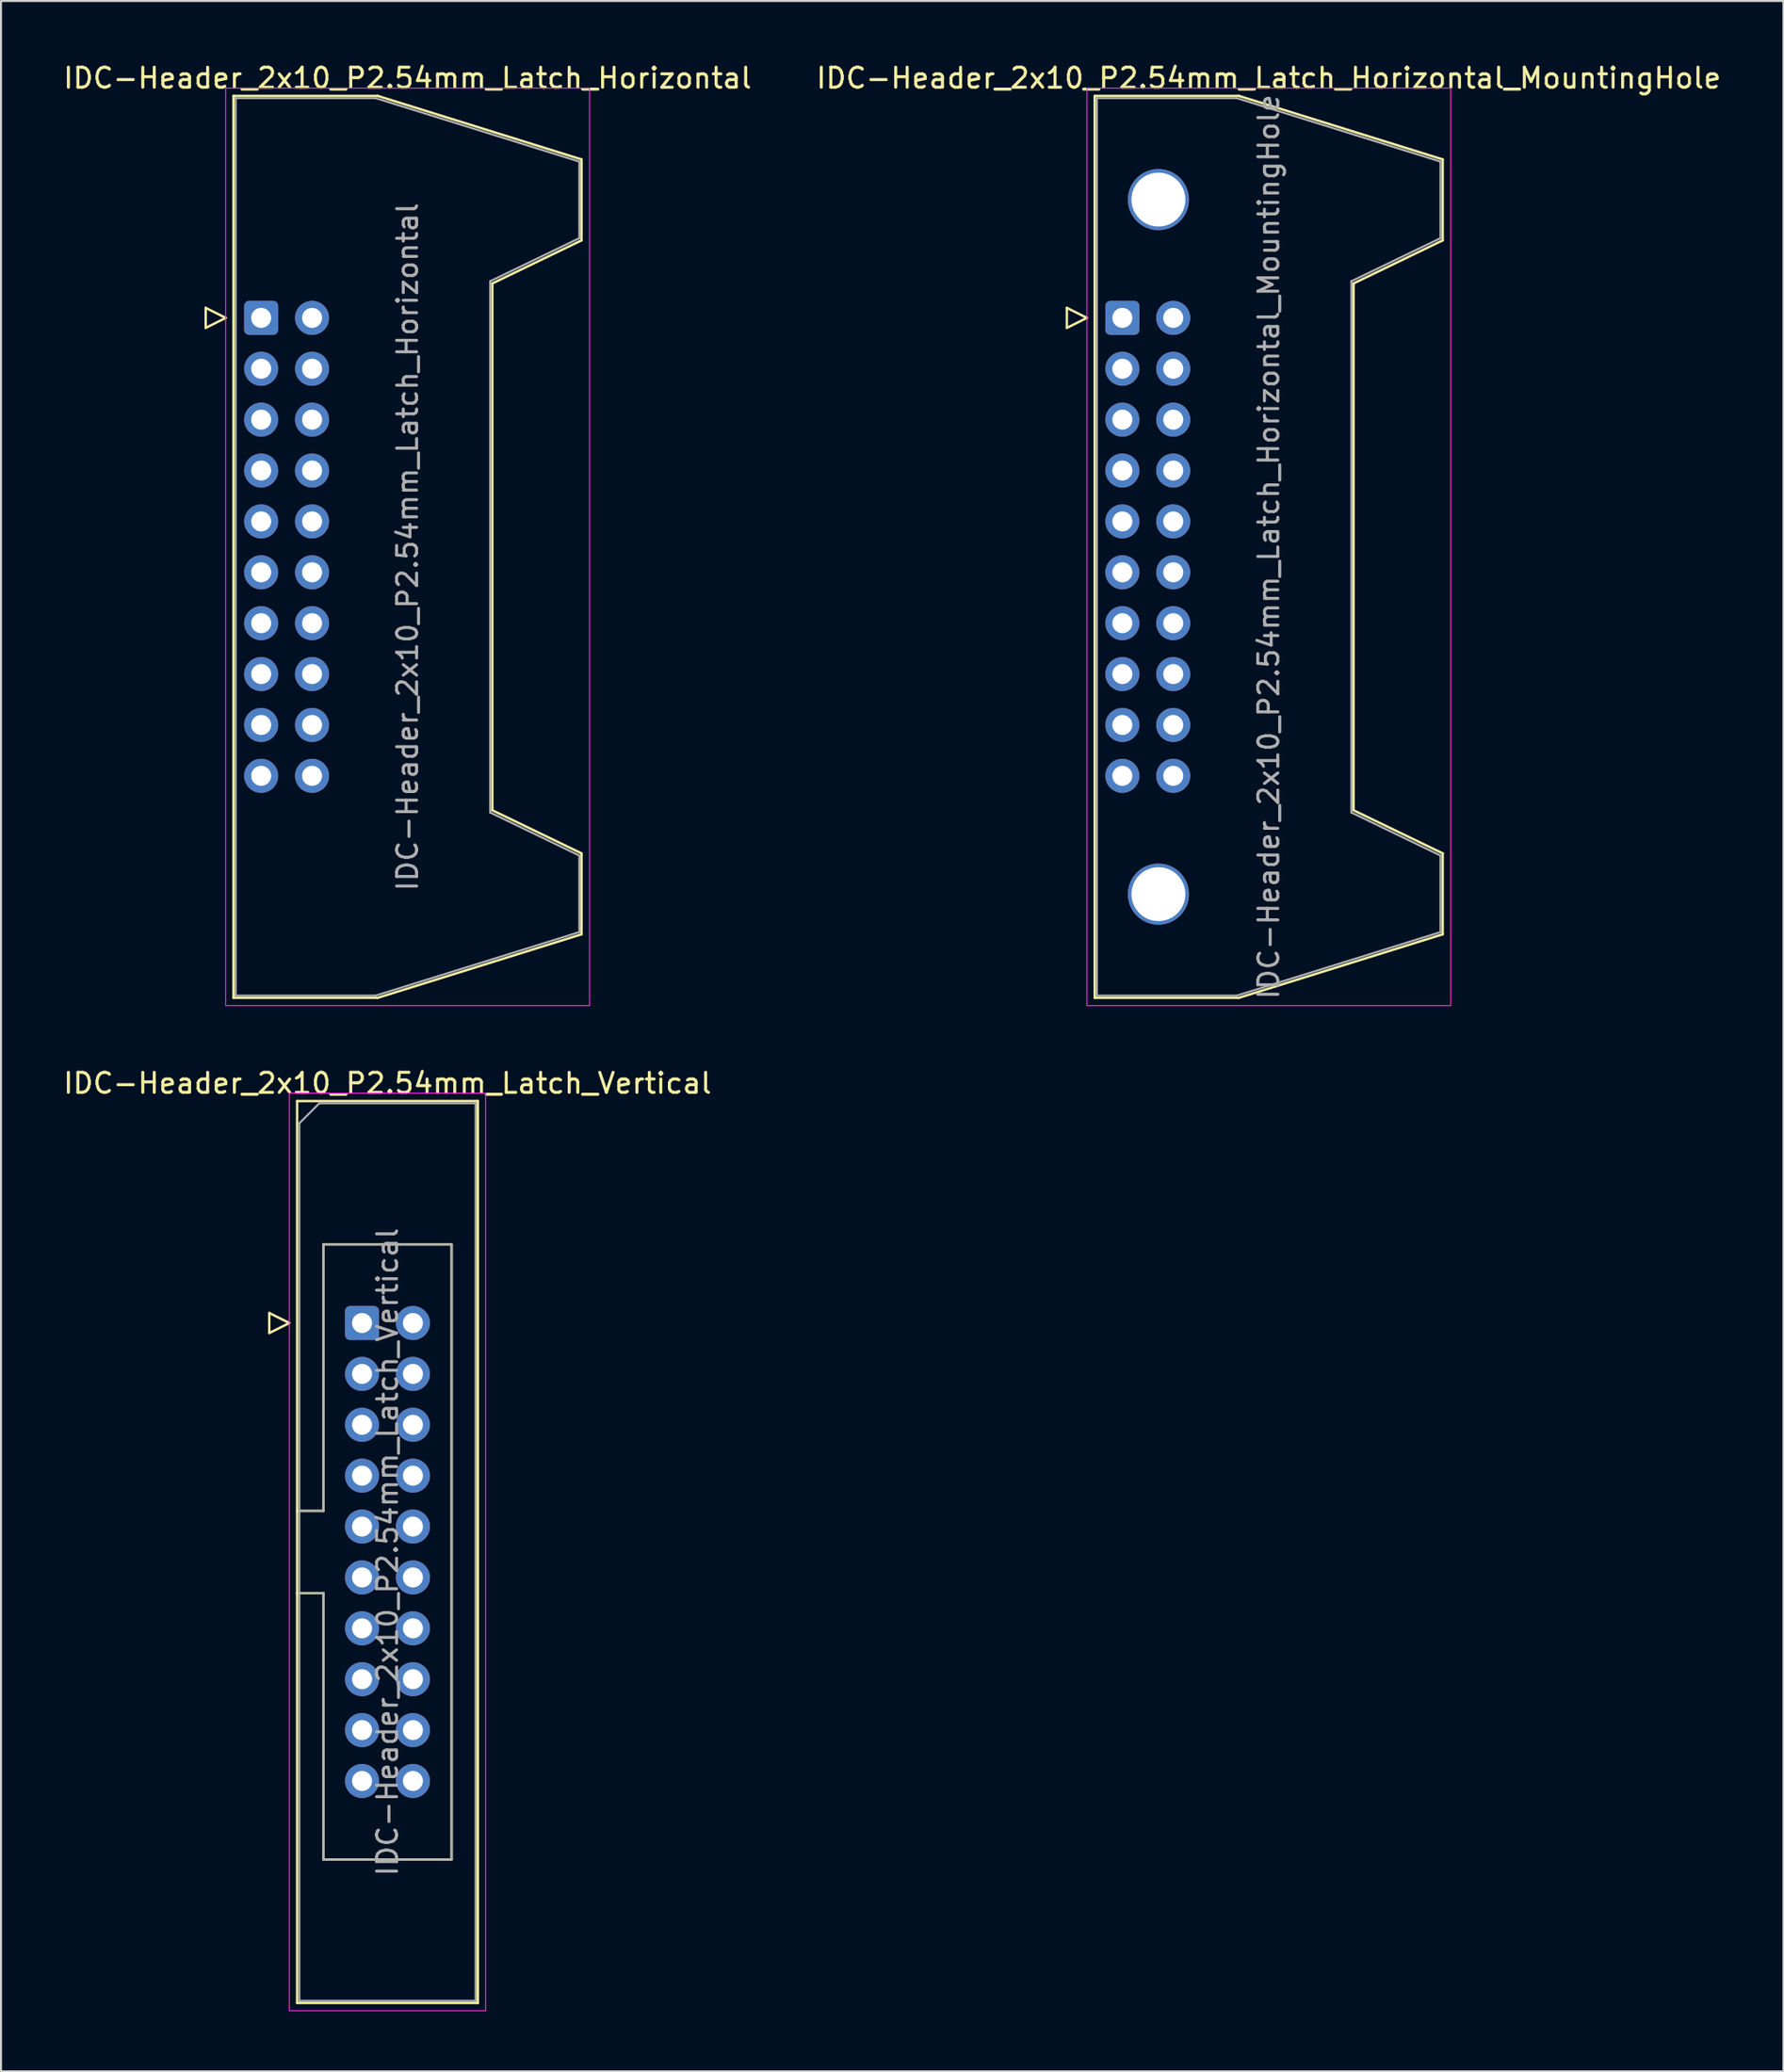
<source format=kicad_pcb>
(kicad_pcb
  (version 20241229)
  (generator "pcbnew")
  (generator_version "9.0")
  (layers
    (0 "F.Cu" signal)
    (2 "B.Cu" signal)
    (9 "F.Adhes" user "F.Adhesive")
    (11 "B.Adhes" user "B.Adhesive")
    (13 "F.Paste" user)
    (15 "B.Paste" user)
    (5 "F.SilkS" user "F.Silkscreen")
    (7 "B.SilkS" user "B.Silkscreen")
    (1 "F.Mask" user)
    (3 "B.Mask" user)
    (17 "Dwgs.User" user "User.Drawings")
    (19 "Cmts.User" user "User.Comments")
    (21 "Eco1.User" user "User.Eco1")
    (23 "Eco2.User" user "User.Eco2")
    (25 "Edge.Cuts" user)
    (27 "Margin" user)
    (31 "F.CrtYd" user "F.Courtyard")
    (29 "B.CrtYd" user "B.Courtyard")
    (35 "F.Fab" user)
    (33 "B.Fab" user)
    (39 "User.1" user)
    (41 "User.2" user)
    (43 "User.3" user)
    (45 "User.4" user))
  (footprint "IDC-Header_2x10_P2.54mm_Latch_Horizontal"
    (layer "F.Cu")
    (at 9.987 12.818)
    (property "Reference" "IDC-Header_2x10_P2.54mm_Latch_Horizontal" (at 7.305 -11.97 0) (layer "F.SilkS") (effects (font (size 1 1) (thickness 0.15))))
    (attr through_hole)
    (fp_line (start -2.77 -0.5) (end -2.77 0.5) (stroke (width 0.12) (type solid)) (layer "F.SilkS"))
    (fp_line (start -2.77 0.5) (end -1.77 0) (stroke (width 0.12) (type solid)) (layer "F.SilkS"))
    (fp_line (start -1.77 0) (end -2.77 -0.5) (stroke (width 0.12) (type solid)) (layer "F.SilkS"))
    (fp_line (start -1.38 -11.08) (end 5.82 -11.08) (stroke (width 0.12) (type solid)) (layer "F.SilkS"))
    (fp_line (start -1.38 33.94) (end -1.38 -11.08) (stroke (width 0.12) (type solid)) (layer "F.SilkS"))
    (fp_line (start 5.82 -11.08) (end 15.99 -7.91) (stroke (width 0.12) (type solid)) (layer "F.SilkS"))
    (fp_line (start 5.82 33.94) (end -1.38 33.94) (stroke (width 0.12) (type solid)) (layer "F.SilkS"))
    (fp_line (start 11.54 -1.72) (end 11.54 24.58) (stroke (width 0.12) (type solid)) (layer "F.SilkS"))
    (fp_line (start 11.54 24.58) (end 15.99 26.73) (stroke (width 0.12) (type solid)) (layer "F.SilkS"))
    (fp_line (start 15.99 -7.91) (end 15.99 -3.87) (stroke (width 0.12) (type solid)) (layer "F.SilkS"))
    (fp_line (start 15.99 -3.87) (end 11.54 -1.72) (stroke (width 0.12) (type solid)) (layer "F.SilkS"))
    (fp_line (start 15.99 26.73) (end 15.99 30.77) (stroke (width 0.12) (type solid)) (layer "F.SilkS"))
    (fp_line (start 15.99 30.77) (end 5.82 33.94) (stroke (width 0.12) (type solid)) (layer "F.SilkS"))
    (fp_line (start -1.77 -11.47) (end -1.77 34.33) (stroke (width 0.05) (type solid)) (layer "F.CrtYd"))
    (fp_line (start -1.77 34.33) (end 16.39 34.33) (stroke (width 0.05) (type solid)) (layer "F.CrtYd"))
    (fp_line (start 16.39 -11.47) (end -1.77 -11.47) (stroke (width 0.05) (type solid)) (layer "F.CrtYd"))
    (fp_line (start 16.39 34.33) (end 16.39 -11.47) (stroke (width 0.05) (type solid)) (layer "F.CrtYd"))
    (fp_line (start -1.27 -10.97) (end 5.71 -10.97) (stroke (width 0.1) (type solid)) (layer "F.Fab"))
    (fp_line (start -1.27 33.83) (end -1.27 -10.97) (stroke (width 0.1) (type solid)) (layer "F.Fab"))
    (fp_line (start 5.71 -10.97) (end 15.88 -7.8) (stroke (width 0.1) (type solid)) (layer "F.Fab"))
    (fp_line (start 5.71 33.83) (end -1.27 33.83) (stroke (width 0.1) (type solid)) (layer "F.Fab"))
    (fp_line (start 11.43 -1.83) (end 11.43 24.69) (stroke (width 0.1) (type solid)) (layer "F.Fab"))
    (fp_line (start 11.43 24.69) (end 15.88 26.84) (stroke (width 0.1) (type solid)) (layer "F.Fab"))
    (fp_line (start 15.88 -7.8) (end 15.88 -3.98) (stroke (width 0.1) (type solid)) (layer "F.Fab"))
    (fp_line (start 15.88 -3.98) (end 11.43 -1.83) (stroke (width 0.1) (type solid)) (layer "F.Fab"))
    (fp_line (start 15.88 26.84) (end 15.88 30.66) (stroke (width 0.1) (type solid)) (layer "F.Fab"))
    (fp_line (start 15.88 30.66) (end 5.71 33.83) (stroke (width 0.1) (type solid)) (layer "F.Fab"))
    (fp_text user "${REFERENCE}" (at 7.305 11.43 90) (layer "F.Fab") (effects (font (size 1 1) (thickness 0.15))))
    (pad "1" thru_hole roundrect (at 0 0) (size 1.7 1.7) (drill 1) (layers "*.Cu" "*.Mask") (roundrect_rratio 0.147))
    (pad "2" thru_hole circle (at 2.54 0) (size 1.7 1.7) (drill 1) (layers "*.Cu" "*.Mask"))
    (pad "3" thru_hole circle (at 0 2.54) (size 1.7 1.7) (drill 1) (layers "*.Cu" "*.Mask"))
    (pad "4" thru_hole circle (at 2.54 2.54) (size 1.7 1.7) (drill 1) (layers "*.Cu" "*.Mask"))
    (pad "5" thru_hole circle (at 0 5.08) (size 1.7 1.7) (drill 1) (layers "*.Cu" "*.Mask"))
    (pad "6" thru_hole circle (at 2.54 5.08) (size 1.7 1.7) (drill 1) (layers "*.Cu" "*.Mask"))
    (pad "7" thru_hole circle (at 0 7.62) (size 1.7 1.7) (drill 1) (layers "*.Cu" "*.Mask"))
    (pad "8" thru_hole circle (at 2.54 7.62) (size 1.7 1.7) (drill 1) (layers "*.Cu" "*.Mask"))
    (pad "9" thru_hole circle (at 0 10.16) (size 1.7 1.7) (drill 1) (layers "*.Cu" "*.Mask"))
    (pad "10" thru_hole circle (at 2.54 10.16) (size 1.7 1.7) (drill 1) (layers "*.Cu" "*.Mask"))
    (pad "11" thru_hole circle (at 0 12.7) (size 1.7 1.7) (drill 1) (layers "*.Cu" "*.Mask"))
    (pad "12" thru_hole circle (at 2.54 12.7) (size 1.7 1.7) (drill 1) (layers "*.Cu" "*.Mask"))
    (pad "13" thru_hole circle (at 0 15.24) (size 1.7 1.7) (drill 1) (layers "*.Cu" "*.Mask"))
    (pad "14" thru_hole circle (at 2.54 15.24) (size 1.7 1.7) (drill 1) (layers "*.Cu" "*.Mask"))
    (pad "15" thru_hole circle (at 0 17.78) (size 1.7 1.7) (drill 1) (layers "*.Cu" "*.Mask"))
    (pad "16" thru_hole circle (at 2.54 17.78) (size 1.7 1.7) (drill 1) (layers "*.Cu" "*.Mask"))
    (pad "17" thru_hole circle (at 0 20.32) (size 1.7 1.7) (drill 1) (layers "*.Cu" "*.Mask"))
    (pad "18" thru_hole circle (at 2.54 20.32) (size 1.7 1.7) (drill 1) (layers "*.Cu" "*.Mask"))
    (pad "19" thru_hole circle (at 0 22.86) (size 1.7 1.7) (drill 1) (layers "*.Cu" "*.Mask"))
    (pad "20" thru_hole circle (at 2.54 22.86) (size 1.7 1.7) (drill 1) (layers "*.Cu" "*.Mask")))
  (footprint "IDC-Header_2x10_P2.54mm_Latch_Vertical"
    (layer "F.Cu")
    (at 15.022 62.992)
    (property "Reference" "IDC-Header_2x10_P2.54mm_Latch_Vertical" (at 1.27 -11.97 0) (layer "F.SilkS") (effects (font (size 1 1) (thickness 0.15))))
    (attr through_hole)
    (fp_line (start -4.63 -0.5) (end -4.63 0.5) (stroke (width 0.12) (type solid)) (layer "F.SilkS"))
    (fp_line (start -4.63 0.5) (end -3.63 0) (stroke (width 0.12) (type solid)) (layer "F.SilkS"))
    (fp_line (start -3.63 0) (end -4.63 -0.5) (stroke (width 0.12) (type solid)) (layer "F.SilkS"))
    (fp_line (start -3.24 -11.08) (end 5.78 -11.08) (stroke (width 0.12) (type solid)) (layer "F.SilkS"))
    (fp_line (start -3.24 9.38) (end -1.93 9.38) (stroke (width 0.12) (type solid)) (layer "F.SilkS"))
    (fp_line (start -3.24 33.94) (end -3.24 -11.08) (stroke (width 0.12) (type solid)) (layer "F.SilkS"))
    (fp_line (start -1.93 -3.92) (end 4.47 -3.92) (stroke (width 0.12) (type solid)) (layer "F.SilkS"))
    (fp_line (start -1.93 9.38) (end -1.93 -3.92) (stroke (width 0.12) (type solid)) (layer "F.SilkS"))
    (fp_line (start -1.93 13.48) (end -3.24 13.48) (stroke (width 0.12) (type solid)) (layer "F.SilkS"))
    (fp_line (start -1.93 13.48) (end -1.93 13.48) (stroke (width 0.12) (type solid)) (layer "F.SilkS"))
    (fp_line (start -1.93 26.78) (end -1.93 13.48) (stroke (width 0.12) (type solid)) (layer "F.SilkS"))
    (fp_line (start 4.47 -3.92) (end 4.47 26.78) (stroke (width 0.12) (type solid)) (layer "F.SilkS"))
    (fp_line (start 4.47 26.78) (end -1.93 26.78) (stroke (width 0.12) (type solid)) (layer "F.SilkS"))
    (fp_line (start 5.78 -11.08) (end 5.78 33.94) (stroke (width 0.12) (type solid)) (layer "F.SilkS"))
    (fp_line (start 5.78 33.94) (end -3.24 33.94) (stroke (width 0.12) (type solid)) (layer "F.SilkS"))
    (fp_line (start -3.63 -11.47) (end -3.63 34.33) (stroke (width 0.05) (type solid)) (layer "F.CrtYd"))
    (fp_line (start -3.63 34.33) (end 6.17 34.33) (stroke (width 0.05) (type solid)) (layer "F.CrtYd"))
    (fp_line (start 6.17 -11.47) (end -3.63 -11.47) (stroke (width 0.05) (type solid)) (layer "F.CrtYd"))
    (fp_line (start 6.17 34.33) (end 6.17 -11.47) (stroke (width 0.05) (type solid)) (layer "F.CrtYd"))
    (fp_line (start -3.13 -9.97) (end -2.13 -10.97) (stroke (width 0.1) (type solid)) (layer "F.Fab"))
    (fp_line (start -3.13 9.38) (end -1.93 9.38) (stroke (width 0.1) (type solid)) (layer "F.Fab"))
    (fp_line (start -3.13 33.83) (end -3.13 -9.97) (stroke (width 0.1) (type solid)) (layer "F.Fab"))
    (fp_line (start -2.13 -10.97) (end 5.67 -10.97) (stroke (width 0.1) (type solid)) (layer "F.Fab"))
    (fp_line (start -1.93 -3.92) (end 4.47 -3.92) (stroke (width 0.1) (type solid)) (layer "F.Fab"))
    (fp_line (start -1.93 9.38) (end -1.93 -3.92) (stroke (width 0.1) (type solid)) (layer "F.Fab"))
    (fp_line (start -1.93 13.48) (end -3.13 13.48) (stroke (width 0.1) (type solid)) (layer "F.Fab"))
    (fp_line (start -1.93 13.48) (end -1.93 13.48) (stroke (width 0.1) (type solid)) (layer "F.Fab"))
    (fp_line (start -1.93 26.78) (end -1.93 13.48) (stroke (width 0.1) (type solid)) (layer "F.Fab"))
    (fp_line (start 4.47 -3.92) (end 4.47 26.78) (stroke (width 0.1) (type solid)) (layer "F.Fab"))
    (fp_line (start 4.47 26.78) (end -1.93 26.78) (stroke (width 0.1) (type solid)) (layer "F.Fab"))
    (fp_line (start 5.67 -10.97) (end 5.67 33.83) (stroke (width 0.1) (type solid)) (layer "F.Fab"))
    (fp_line (start 5.67 33.83) (end -3.13 33.83) (stroke (width 0.1) (type solid)) (layer "F.Fab"))
    (fp_text user "${REFERENCE}" (at 1.27 11.43 90) (layer "F.Fab") (effects (font (size 1 1) (thickness 0.15))))
    (pad "1" thru_hole roundrect (at 0 0) (size 1.7 1.7) (drill 1) (layers "*.Cu" "*.Mask") (roundrect_rratio 0.147))
    (pad "2" thru_hole circle (at 2.54 0) (size 1.7 1.7) (drill 1) (layers "*.Cu" "*.Mask"))
    (pad "3" thru_hole circle (at 0 2.54) (size 1.7 1.7) (drill 1) (layers "*.Cu" "*.Mask"))
    (pad "4" thru_hole circle (at 2.54 2.54) (size 1.7 1.7) (drill 1) (layers "*.Cu" "*.Mask"))
    (pad "5" thru_hole circle (at 0 5.08) (size 1.7 1.7) (drill 1) (layers "*.Cu" "*.Mask"))
    (pad "6" thru_hole circle (at 2.54 5.08) (size 1.7 1.7) (drill 1) (layers "*.Cu" "*.Mask"))
    (pad "7" thru_hole circle (at 0 7.62) (size 1.7 1.7) (drill 1) (layers "*.Cu" "*.Mask"))
    (pad "8" thru_hole circle (at 2.54 7.62) (size 1.7 1.7) (drill 1) (layers "*.Cu" "*.Mask"))
    (pad "9" thru_hole circle (at 0 10.16) (size 1.7 1.7) (drill 1) (layers "*.Cu" "*.Mask"))
    (pad "10" thru_hole circle (at 2.54 10.16) (size 1.7 1.7) (drill 1) (layers "*.Cu" "*.Mask"))
    (pad "11" thru_hole circle (at 0 12.7) (size 1.7 1.7) (drill 1) (layers "*.Cu" "*.Mask"))
    (pad "12" thru_hole circle (at 2.54 12.7) (size 1.7 1.7) (drill 1) (layers "*.Cu" "*.Mask"))
    (pad "13" thru_hole circle (at 0 15.24) (size 1.7 1.7) (drill 1) (layers "*.Cu" "*.Mask"))
    (pad "14" thru_hole circle (at 2.54 15.24) (size 1.7 1.7) (drill 1) (layers "*.Cu" "*.Mask"))
    (pad "15" thru_hole circle (at 0 17.78) (size 1.7 1.7) (drill 1) (layers "*.Cu" "*.Mask"))
    (pad "16" thru_hole circle (at 2.54 17.78) (size 1.7 1.7) (drill 1) (layers "*.Cu" "*.Mask"))
    (pad "17" thru_hole circle (at 0 20.32) (size 1.7 1.7) (drill 1) (layers "*.Cu" "*.Mask"))
    (pad "18" thru_hole circle (at 2.54 20.32) (size 1.7 1.7) (drill 1) (layers "*.Cu" "*.Mask"))
    (pad "19" thru_hole circle (at 0 22.86) (size 1.7 1.7) (drill 1) (layers "*.Cu" "*.Mask"))
    (pad "20" thru_hole circle (at 2.54 22.86) (size 1.7 1.7) (drill 1) (layers "*.Cu" "*.Mask")))
  (footprint "IDC-Header_2x10_P2.54mm_Latch_Horizontal_MountingHole"
    (layer "F.Cu")
    (at 52.975 12.818)
    (property "Reference" "IDC-Header_2x10_P2.54mm_Latch_Horizontal_MountingHole" (at 7.305 -11.97 0) (layer "F.SilkS") (effects (font (size 1 1) (thickness 0.15))))
    (attr through_hole)
    (fp_line (start -2.77 -0.5) (end -2.77 0.5) (stroke (width 0.12) (type solid)) (layer "F.SilkS"))
    (fp_line (start -2.77 0.5) (end -1.77 0) (stroke (width 0.12) (type solid)) (layer "F.SilkS"))
    (fp_line (start -1.77 0) (end -2.77 -0.5) (stroke (width 0.12) (type solid)) (layer "F.SilkS"))
    (fp_line (start -1.38 -11.08) (end 5.82 -11.08) (stroke (width 0.12) (type solid)) (layer "F.SilkS"))
    (fp_line (start -1.38 33.94) (end -1.38 -11.08) (stroke (width 0.12) (type solid)) (layer "F.SilkS"))
    (fp_line (start 5.82 -11.08) (end 15.99 -7.91) (stroke (width 0.12) (type solid)) (layer "F.SilkS"))
    (fp_line (start 5.82 33.94) (end -1.38 33.94) (stroke (width 0.12) (type solid)) (layer "F.SilkS"))
    (fp_line (start 11.54 -1.72) (end 11.54 24.58) (stroke (width 0.12) (type solid)) (layer "F.SilkS"))
    (fp_line (start 11.54 24.58) (end 15.99 26.73) (stroke (width 0.12) (type solid)) (layer "F.SilkS"))
    (fp_line (start 15.99 -7.91) (end 15.99 -3.87) (stroke (width 0.12) (type solid)) (layer "F.SilkS"))
    (fp_line (start 15.99 -3.87) (end 11.54 -1.72) (stroke (width 0.12) (type solid)) (layer "F.SilkS"))
    (fp_line (start 15.99 26.73) (end 15.99 30.77) (stroke (width 0.12) (type solid)) (layer "F.SilkS"))
    (fp_line (start 15.99 30.77) (end 5.82 33.94) (stroke (width 0.12) (type solid)) (layer "F.SilkS"))
    (fp_line (start -1.77 -11.47) (end -1.77 34.33) (stroke (width 0.05) (type solid)) (layer "F.CrtYd"))
    (fp_line (start -1.77 34.33) (end 16.39 34.33) (stroke (width 0.05) (type solid)) (layer "F.CrtYd"))
    (fp_line (start 16.39 -11.47) (end -1.77 -11.47) (stroke (width 0.05) (type solid)) (layer "F.CrtYd"))
    (fp_line (start 16.39 34.33) (end 16.39 -11.47) (stroke (width 0.05) (type solid)) (layer "F.CrtYd"))
    (fp_line (start -1.27 -10.97) (end 5.71 -10.97) (stroke (width 0.1) (type solid)) (layer "F.Fab"))
    (fp_line (start -1.27 33.83) (end -1.27 -10.97) (stroke (width 0.1) (type solid)) (layer "F.Fab"))
    (fp_line (start 5.71 -10.97) (end 15.88 -7.8) (stroke (width 0.1) (type solid)) (layer "F.Fab"))
    (fp_line (start 5.71 33.83) (end -1.27 33.83) (stroke (width 0.1) (type solid)) (layer "F.Fab"))
    (fp_line (start 11.43 -1.83) (end 11.43 24.69) (stroke (width 0.1) (type solid)) (layer "F.Fab"))
    (fp_line (start 11.43 24.69) (end 15.88 26.84) (stroke (width 0.1) (type solid)) (layer "F.Fab"))
    (fp_line (start 15.88 -7.8) (end 15.88 -3.98) (stroke (width 0.1) (type solid)) (layer "F.Fab"))
    (fp_line (start 15.88 -3.98) (end 11.43 -1.83) (stroke (width 0.1) (type solid)) (layer "F.Fab"))
    (fp_line (start 15.88 26.84) (end 15.88 30.66) (stroke (width 0.1) (type solid)) (layer "F.Fab"))
    (fp_line (start 15.88 30.66) (end 5.71 33.83) (stroke (width 0.1) (type solid)) (layer "F.Fab"))
    (fp_text user "${REFERENCE}" (at 7.305 11.43 90) (layer "F.Fab") (effects (font (size 1 1) (thickness 0.15))))
    (pad "" thru_hole circle (at 1.8 -5.905) (size 3.05 3.05) (drill 2.69) (layers "*.Cu" "*.Mask"))
    (pad "" thru_hole circle (at 1.8 28.765) (size 3.05 3.05) (drill 2.69) (layers "*.Cu" "*.Mask"))
    (pad "1" thru_hole roundrect (at 0 0) (size 1.7 1.7) (drill 1) (layers "*.Cu" "*.Mask") (roundrect_rratio 0.147))
    (pad "2" thru_hole circle (at 2.54 0) (size 1.7 1.7) (drill 1) (layers "*.Cu" "*.Mask"))
    (pad "3" thru_hole circle (at 0 2.54) (size 1.7 1.7) (drill 1) (layers "*.Cu" "*.Mask"))
    (pad "4" thru_hole circle (at 2.54 2.54) (size 1.7 1.7) (drill 1) (layers "*.Cu" "*.Mask"))
    (pad "5" thru_hole circle (at 0 5.08) (size 1.7 1.7) (drill 1) (layers "*.Cu" "*.Mask"))
    (pad "6" thru_hole circle (at 2.54 5.08) (size 1.7 1.7) (drill 1) (layers "*.Cu" "*.Mask"))
    (pad "7" thru_hole circle (at 0 7.62) (size 1.7 1.7) (drill 1) (layers "*.Cu" "*.Mask"))
    (pad "8" thru_hole circle (at 2.54 7.62) (size 1.7 1.7) (drill 1) (layers "*.Cu" "*.Mask"))
    (pad "9" thru_hole circle (at 0 10.16) (size 1.7 1.7) (drill 1) (layers "*.Cu" "*.Mask"))
    (pad "10" thru_hole circle (at 2.54 10.16) (size 1.7 1.7) (drill 1) (layers "*.Cu" "*.Mask"))
    (pad "11" thru_hole circle (at 0 12.7) (size 1.7 1.7) (drill 1) (layers "*.Cu" "*.Mask"))
    (pad "12" thru_hole circle (at 2.54 12.7) (size 1.7 1.7) (drill 1) (layers "*.Cu" "*.Mask"))
    (pad "13" thru_hole circle (at 0 15.24) (size 1.7 1.7) (drill 1) (layers "*.Cu" "*.Mask"))
    (pad "14" thru_hole circle (at 2.54 15.24) (size 1.7 1.7) (drill 1) (layers "*.Cu" "*.Mask"))
    (pad "15" thru_hole circle (at 0 17.78) (size 1.7 1.7) (drill 1) (layers "*.Cu" "*.Mask"))
    (pad "16" thru_hole circle (at 2.54 17.78) (size 1.7 1.7) (drill 1) (layers "*.Cu" "*.Mask"))
    (pad "17" thru_hole circle (at 0 20.32) (size 1.7 1.7) (drill 1) (layers "*.Cu" "*.Mask"))
    (pad "18" thru_hole circle (at 2.54 20.32) (size 1.7 1.7) (drill 1) (layers "*.Cu" "*.Mask"))
    (pad "19" thru_hole circle (at 0 22.86) (size 1.7 1.7) (drill 1) (layers "*.Cu" "*.Mask"))
    (pad "20" thru_hole circle (at 2.54 22.86) (size 1.7 1.7) (drill 1) (layers "*.Cu" "*.Mask")))
  (gr_rect
    (start -3 -3)
    (end 85.976 100.347)
    (stroke (width 0.1) (type default))
    (fill no)
    (layer "Edge.Cuts")))
</source>
